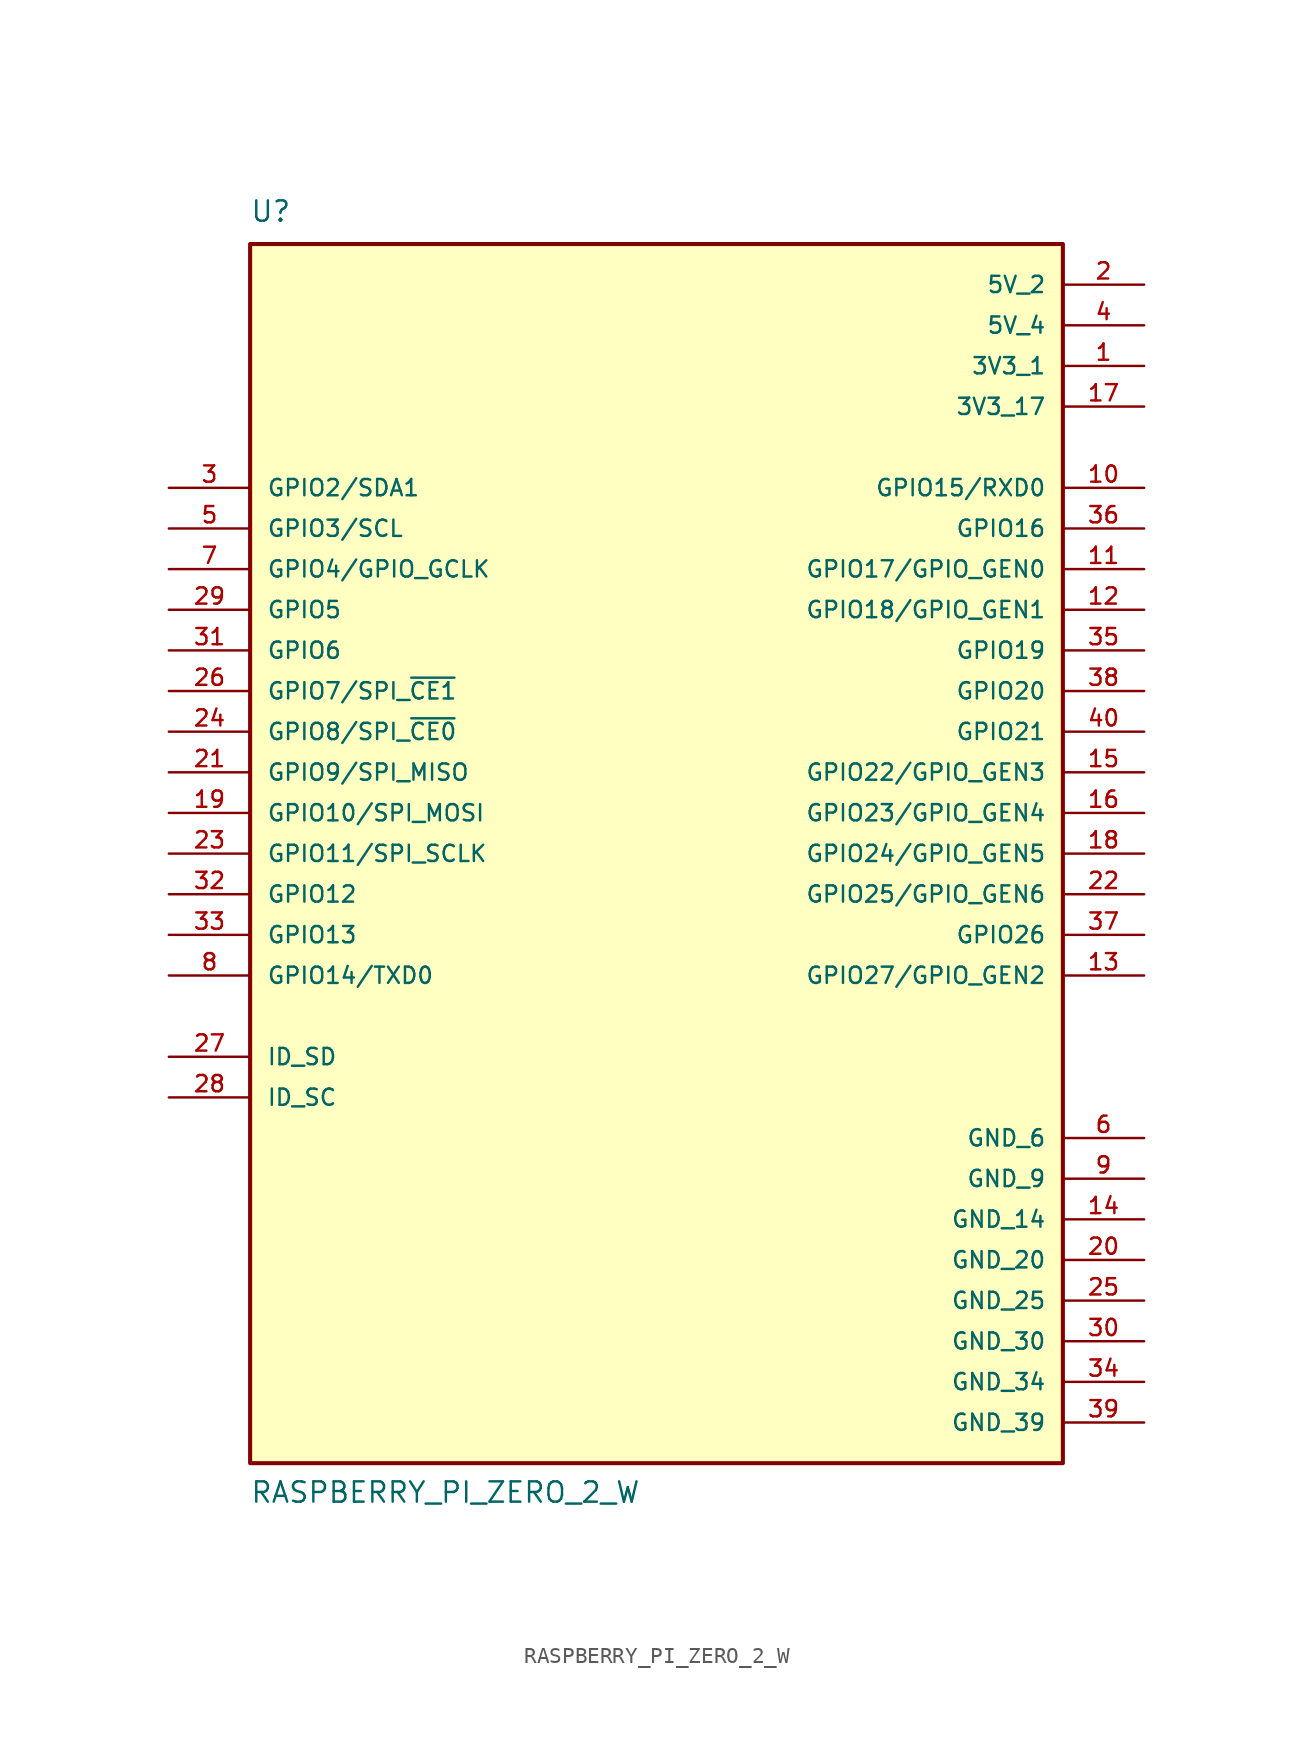
<source format=kicad_sym>
(kicad_symbol_lib
  (version 20231120)
  (generator "kicad_symbol_editor")
  (generator_version "8.0")
  (symbol "RASPBERRY_PI_ZERO_2_W"
    (pin_names
      (offset 1.016))
    (property "Reference" "U"
      (at -25.42 39.396 0)
      (effects (font (size 1.27 1.27)) (justify left bottom)))
    (property "Value" "RASPBERRY_PI_ZERO_2_W"
      (at -25.419 -40.669 0)
      (effects (font (size 1.27 1.27)) (justify left bottom)))
    (symbol "RASPBERRY_PI_ZERO_2_W_0_0"
      (rectangle (start -25.4 -38.1) (end 25.4 38.1) (stroke (width 0.254) (type default)) (fill (type background)))
      (pin bidirectional line (at 30.48 22.86 180) (length 5.08) (name "GPIO15/RXD0" (effects (font (size 1.016 1.016)))) (number "10" (effects (font (size 1.016 1.016)))))
      (pin bidirectional line (at 30.48 17.78 180) (length 5.08) (name "GPIO17/GPIO_GEN0" (effects (font (size 1.016 1.016)))) (number "11" (effects (font (size 1.016 1.016)))))
      (pin bidirectional line (at 30.48 15.24 180) (length 5.08) (name "GPIO18/GPIO_GEN1" (effects (font (size 1.016 1.016)))) (number "12" (effects (font (size 1.016 1.016)))))
      (pin bidirectional line (at 30.48 -7.62 180) (length 5.08) (name "GPIO27/GPIO_GEN2" (effects (font (size 1.016 1.016)))) (number "13" (effects (font (size 1.016 1.016)))))
      (pin power_in line (at 30.48 -22.86 180) (length 5.08) (name "GND_14" (effects (font (size 1.016 1.016)))) (number "14" (effects (font (size 1.016 1.016)))))
      (pin bidirectional line (at 30.48 5.08 180) (length 5.08) (name "GPIO22/GPIO_GEN3" (effects (font (size 1.016 1.016)))) (number "15" (effects (font (size 1.016 1.016)))))
      (pin bidirectional line (at 30.48 2.54 180) (length 5.08) (name "GPIO23/GPIO_GEN4" (effects (font (size 1.016 1.016)))) (number "16" (effects (font (size 1.016 1.016)))))
      (pin bidirectional line (at 30.48 0 180) (length 5.08) (name "GPIO24/GPIO_GEN5" (effects (font (size 1.016 1.016)))) (number "18" (effects (font (size 1.016 1.016)))))
      (pin bidirectional line (at -30.48 2.54 0) (length 5.08) (name "GPIO10/SPI_MOSI" (effects (font (size 1.016 1.016)))) (number "19" (effects (font (size 1.016 1.016)))))
      (pin power_in line (at 30.48 35.56 180) (length 5.08) (name "5V_2" (effects (font (size 1.016 1.016)))) (number "2" (effects (font (size 1.016 1.016)))))
      (pin power_in line (at 30.48 -25.4 180) (length 5.08) (name "GND_20" (effects (font (size 1.016 1.016)))) (number "20" (effects (font (size 1.016 1.016)))))
      (pin bidirectional line (at -30.48 5.08 0) (length 5.08) (name "GPIO9/SPI_MISO" (effects (font (size 1.016 1.016)))) (number "21" (effects (font (size 1.016 1.016)))))
      (pin bidirectional line (at 30.48 -2.54 180) (length 5.08) (name "GPIO25/GPIO_GEN6" (effects (font (size 1.016 1.016)))) (number "22" (effects (font (size 1.016 1.016)))))
      (pin bidirectional line (at -30.48 0 0) (length 5.08) (name "GPIO11/SPI_SCLK" (effects (font (size 1.016 1.016)))) (number "23" (effects (font (size 1.016 1.016)))))
      (pin bidirectional line (at -30.48 7.62 0) (length 5.08) (name "GPIO8/SPI_~{CE0}" (effects (font (size 1.016 1.016)))) (number "24" (effects (font (size 1.016 1.016)))))
      (pin power_in line (at 30.48 -27.94 180) (length 5.08) (name "GND_25" (effects (font (size 1.016 1.016)))) (number "25" (effects (font (size 1.016 1.016)))))
      (pin bidirectional line (at -30.48 10.16 0) (length 5.08) (name "GPIO7/SPI_~{CE1}" (effects (font (size 1.016 1.016)))) (number "26" (effects (font (size 1.016 1.016)))))
      (pin bidirectional line (at -30.48 -12.7 0) (length 5.08) (name "ID_SD" (effects (font (size 1.016 1.016)))) (number "27" (effects (font (size 1.016 1.016)))))
      (pin bidirectional line (at -30.48 -15.24 0) (length 5.08) (name "ID_SC" (effects (font (size 1.016 1.016)))) (number "28" (effects (font (size 1.016 1.016)))))
      (pin bidirectional line (at -30.48 15.24 0) (length 5.08) (name "GPIO5" (effects (font (size 1.016 1.016)))) (number "29" (effects (font (size 1.016 1.016)))))
      (pin bidirectional line (at -30.48 22.86 0) (length 5.08) (name "GPIO2/SDA1" (effects (font (size 1.016 1.016)))) (number "3" (effects (font (size 1.016 1.016)))))
      (pin power_in line (at 30.48 -30.48 180) (length 5.08) (name "GND_30" (effects (font (size 1.016 1.016)))) (number "30" (effects (font (size 1.016 1.016)))))
      (pin bidirectional line (at -30.48 12.7 0) (length 5.08) (name "GPIO6" (effects (font (size 1.016 1.016)))) (number "31" (effects (font (size 1.016 1.016)))))
      (pin bidirectional line (at -30.48 -2.54 0) (length 5.08) (name "GPIO12" (effects (font (size 1.016 1.016)))) (number "32" (effects (font (size 1.016 1.016)))))
      (pin bidirectional line (at -30.48 -5.08 0) (length 5.08) (name "GPIO13" (effects (font (size 1.016 1.016)))) (number "33" (effects (font (size 1.016 1.016)))))
      (pin power_in line (at 30.48 -33.02 180) (length 5.08) (name "GND_34" (effects (font (size 1.016 1.016)))) (number "34" (effects (font (size 1.016 1.016)))))
      (pin bidirectional line (at 30.48 12.7 180) (length 5.08) (name "GPIO19" (effects (font (size 1.016 1.016)))) (number "35" (effects (font (size 1.016 1.016)))))
      (pin bidirectional line (at 30.48 20.32 180) (length 5.08) (name "GPIO16" (effects (font (size 1.016 1.016)))) (number "36" (effects (font (size 1.016 1.016)))))
      (pin bidirectional line (at 30.48 -5.08 180) (length 5.08) (name "GPIO26" (effects (font (size 1.016 1.016)))) (number "37" (effects (font (size 1.016 1.016)))))
      (pin bidirectional line (at 30.48 10.16 180) (length 5.08) (name "GPIO20" (effects (font (size 1.016 1.016)))) (number "38" (effects (font (size 1.016 1.016)))))
      (pin power_in line (at 30.48 -35.56 180) (length 5.08) (name "GND_39" (effects (font (size 1.016 1.016)))) (number "39" (effects (font (size 1.016 1.016)))))
      (pin power_in line (at 30.48 33.02 180) (length 5.08) (name "5V_4" (effects (font (size 1.016 1.016)))) (number "4" (effects (font (size 1.016 1.016)))))
      (pin bidirectional line (at 30.48 7.62 180) (length 5.08) (name "GPIO21" (effects (font (size 1.016 1.016)))) (number "40" (effects (font (size 1.016 1.016)))))
      (pin bidirectional line (at -30.48 20.32 0) (length 5.08) (name "GPIO3/SCL" (effects (font (size 1.016 1.016)))) (number "5" (effects (font (size 1.016 1.016)))))
      (pin power_in line (at 30.48 -17.78 180) (length 5.08) (name "GND_6" (effects (font (size 1.016 1.016)))) (number "6" (effects (font (size 1.016 1.016)))))
      (pin bidirectional line (at -30.48 17.78 0) (length 5.08) (name "GPIO4/GPIO_GCLK" (effects (font (size 1.016 1.016)))) (number "7" (effects (font (size 1.016 1.016)))))
      (pin bidirectional line (at -30.48 -7.62 0) (length 5.08) (name "GPIO14/TXD0" (effects (font (size 1.016 1.016)))) (number "8" (effects (font (size 1.016 1.016)))))
      (pin power_in line (at 30.48 -20.32 180) (length 5.08) (name "GND_9" (effects (font (size 1.016 1.016)))) (number "9" (effects (font (size 1.016 1.016))))))
    (symbol "RASPBERRY_PI_ZERO_2_W_1_0"
      (pin passive line (at 30.48 30.48 180) (length 5.08) (name "3V3_1" (effects (font (size 1.016 1.016)))) (number "1" (effects (font (size 1.016 1.016)))))
      (pin passive line (at 30.48 27.94 180) (length 5.08) (name "3V3_17" (effects (font (size 1.016 1.016)))) (number "17" (effects (font (size 1.016 1.016))))))))
</source>
